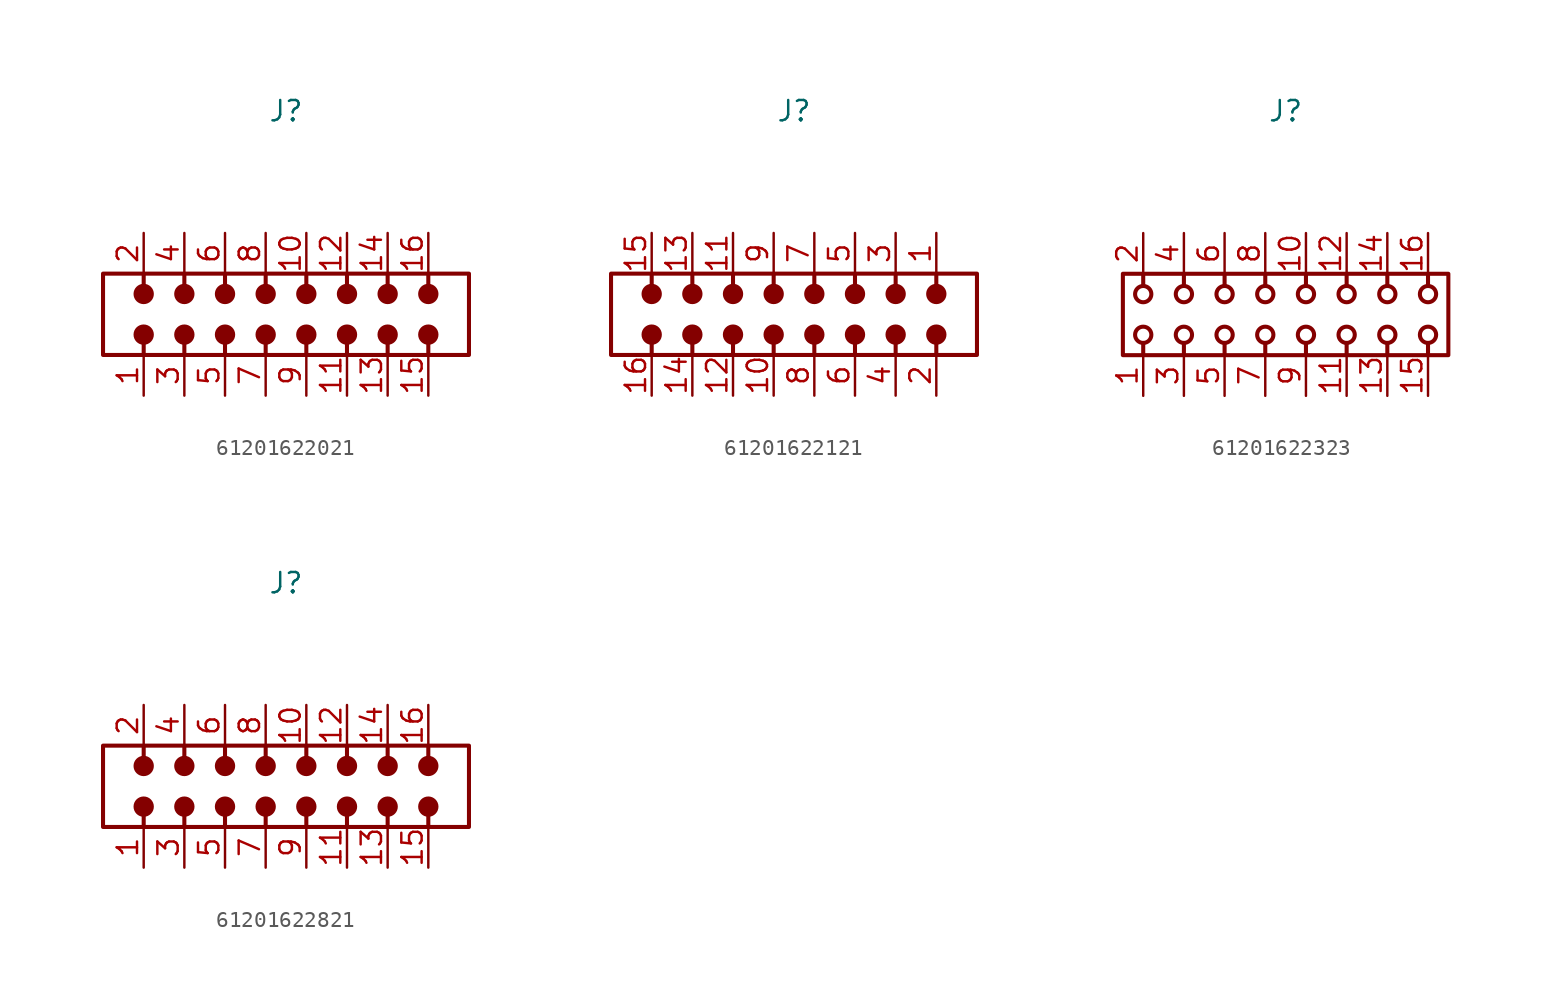
<source format=kicad_sym>
(kicad_symbol_lib
  (version 20241209)
  (generator "kicad_symbol_editor")
  (generator_version "9.0")
  (symbol "61201622021"
    (pin_names
      (hide yes))
    (property "Reference" "J"
      (at 0 12.7 0)
      (effects (font (size 1.27 1.27))))
    (symbol "61201622021_1_1"
      (rectangle (start -11.43 2.54) (end 11.43 -2.54) (stroke (width 0.254) (type solid)) (fill (type none)))
      (polyline (pts (xy -8.89 1.778) (xy -8.89 2.54)) (stroke (width 0.254) (type solid)) (fill (type none)))
      (circle (center -8.89 1.27) (radius 0.508) (stroke (width 0.254) (type solid)) (fill (type outline)))
      (circle (center -8.89 -1.27) (radius 0.508) (stroke (width 0.254) (type solid)) (fill (type outline)))
      (polyline (pts (xy -8.89 -1.778) (xy -8.89 -2.54)) (stroke (width 0.254) (type solid)) (fill (type none)))
      (polyline (pts (xy -6.35 1.778) (xy -6.35 2.54)) (stroke (width 0.254) (type solid)) (fill (type none)))
      (circle (center -6.35 1.27) (radius 0.508) (stroke (width 0.254) (type solid)) (fill (type outline)))
      (circle (center -6.35 -1.27) (radius 0.508) (stroke (width 0.254) (type solid)) (fill (type outline)))
      (polyline (pts (xy -6.35 -1.778) (xy -6.35 -2.54)) (stroke (width 0.254) (type solid)) (fill (type none)))
      (polyline (pts (xy -3.81 1.778) (xy -3.81 2.54)) (stroke (width 0.254) (type solid)) (fill (type none)))
      (circle (center -3.81 1.27) (radius 0.508) (stroke (width 0.254) (type solid)) (fill (type outline)))
      (circle (center -3.81 -1.27) (radius 0.508) (stroke (width 0.254) (type solid)) (fill (type outline)))
      (polyline (pts (xy -3.81 -1.778) (xy -3.81 -2.54)) (stroke (width 0.254) (type solid)) (fill (type none)))
      (polyline (pts (xy -1.27 1.778) (xy -1.27 2.54)) (stroke (width 0.254) (type solid)) (fill (type none)))
      (circle (center -1.27 1.27) (radius 0.508) (stroke (width 0.254) (type solid)) (fill (type outline)))
      (circle (center -1.27 -1.27) (radius 0.508) (stroke (width 0.254) (type solid)) (fill (type outline)))
      (polyline (pts (xy -1.27 -1.778) (xy -1.27 -2.54)) (stroke (width 0.254) (type solid)) (fill (type none)))
      (polyline (pts (xy 1.27 1.778) (xy 1.27 2.54)) (stroke (width 0.254) (type solid)) (fill (type none)))
      (circle (center 1.27 1.27) (radius 0.508) (stroke (width 0.254) (type solid)) (fill (type outline)))
      (circle (center 1.27 -1.27) (radius 0.508) (stroke (width 0.254) (type solid)) (fill (type outline)))
      (polyline (pts (xy 1.27 -1.778) (xy 1.27 -2.54)) (stroke (width 0.254) (type solid)) (fill (type none)))
      (polyline (pts (xy 3.81 1.778) (xy 3.81 2.54)) (stroke (width 0.254) (type solid)) (fill (type none)))
      (circle (center 3.81 1.27) (radius 0.508) (stroke (width 0.254) (type solid)) (fill (type outline)))
      (circle (center 3.81 -1.27) (radius 0.508) (stroke (width 0.254) (type solid)) (fill (type outline)))
      (polyline (pts (xy 3.81 -1.778) (xy 3.81 -2.54)) (stroke (width 0.254) (type solid)) (fill (type none)))
      (polyline (pts (xy 6.35 1.778) (xy 6.35 2.54)) (stroke (width 0.254) (type solid)) (fill (type none)))
      (circle (center 6.35 1.27) (radius 0.508) (stroke (width 0.254) (type solid)) (fill (type outline)))
      (circle (center 6.35 -1.27) (radius 0.508) (stroke (width 0.254) (type solid)) (fill (type outline)))
      (polyline (pts (xy 6.35 -1.778) (xy 6.35 -2.54)) (stroke (width 0.254) (type solid)) (fill (type none)))
      (polyline (pts (xy 8.89 1.778) (xy 8.89 2.54)) (stroke (width 0.254) (type solid)) (fill (type none)))
      (circle (center 8.89 1.27) (radius 0.508) (stroke (width 0.254) (type solid)) (fill (type outline)))
      (circle (center 8.89 -1.27) (radius 0.508) (stroke (width 0.254) (type solid)) (fill (type outline)))
      (polyline (pts (xy 8.89 -1.778) (xy 8.89 -2.54)) (stroke (width 0.254) (type solid)) (fill (type none)))
      (pin passive line (at -8.89 5.08 270) (length 2.54) (name "2" (effects (font (size 1.27 1.27)))) (number "2" (effects (font (size 1.27 1.27)))))
      (pin passive line (at -8.89 -5.08 90) (length 2.54) (name "1" (effects (font (size 1.27 1.27)))) (number "1" (effects (font (size 1.27 1.27)))))
      (pin passive line (at -6.35 5.08 270) (length 2.54) (name "4" (effects (font (size 1.27 1.27)))) (number "4" (effects (font (size 1.27 1.27)))))
      (pin passive line (at -6.35 -5.08 90) (length 2.54) (name "3" (effects (font (size 1.27 1.27)))) (number "3" (effects (font (size 1.27 1.27)))))
      (pin passive line (at -3.81 5.08 270) (length 2.54) (name "6" (effects (font (size 1.27 1.27)))) (number "6" (effects (font (size 1.27 1.27)))))
      (pin passive line (at -3.81 -5.08 90) (length 2.54) (name "5" (effects (font (size 1.27 1.27)))) (number "5" (effects (font (size 1.27 1.27)))))
      (pin passive line (at -1.27 5.08 270) (length 2.54) (name "8" (effects (font (size 1.27 1.27)))) (number "8" (effects (font (size 1.27 1.27)))))
      (pin passive line (at -1.27 -5.08 90) (length 2.54) (name "7" (effects (font (size 1.27 1.27)))) (number "7" (effects (font (size 1.27 1.27)))))
      (pin passive line (at 1.27 5.08 270) (length 2.54) (name "10" (effects (font (size 1.27 1.27)))) (number "10" (effects (font (size 1.27 1.27)))))
      (pin passive line (at 1.27 -5.08 90) (length 2.54) (name "9" (effects (font (size 1.27 1.27)))) (number "9" (effects (font (size 1.27 1.27)))))
      (pin passive line (at 3.81 5.08 270) (length 2.54) (name "12" (effects (font (size 1.27 1.27)))) (number "12" (effects (font (size 1.27 1.27)))))
      (pin passive line (at 3.81 -5.08 90) (length 2.54) (name "11" (effects (font (size 1.27 1.27)))) (number "11" (effects (font (size 1.27 1.27)))))
      (pin passive line (at 6.35 5.08 270) (length 2.54) (name "14" (effects (font (size 1.27 1.27)))) (number "14" (effects (font (size 1.27 1.27)))))
      (pin passive line (at 6.35 -5.08 90) (length 2.54) (name "13" (effects (font (size 1.27 1.27)))) (number "13" (effects (font (size 1.27 1.27)))))
      (pin passive line (at 8.89 5.08 270) (length 2.54) (name "16" (effects (font (size 1.27 1.27)))) (number "16" (effects (font (size 1.27 1.27)))))
      (pin passive line (at 8.89 -5.08 90) (length 2.54) (name "15" (effects (font (size 1.27 1.27)))) (number "15" (effects (font (size 1.27 1.27)))))))
  (symbol "61201622121"
    (pin_names
      (hide yes))
    (property "Reference" "J"
      (at 0 12.7 0)
      (effects (font (size 1.27 1.27))))
    (symbol "61201622121_1_1"
      (rectangle (start -11.43 2.54) (end 11.43 -2.54) (stroke (width 0.254) (type solid)) (fill (type none)))
      (polyline (pts (xy -8.89 1.778) (xy -8.89 2.54)) (stroke (width 0.254) (type solid)) (fill (type none)))
      (circle (center -8.89 1.27) (radius 0.508) (stroke (width 0.254) (type solid)) (fill (type outline)))
      (circle (center -8.89 -1.27) (radius 0.508) (stroke (width 0.254) (type solid)) (fill (type outline)))
      (polyline (pts (xy -8.89 -1.778) (xy -8.89 -2.54)) (stroke (width 0.254) (type solid)) (fill (type none)))
      (polyline (pts (xy -6.35 1.778) (xy -6.35 2.54)) (stroke (width 0.254) (type solid)) (fill (type none)))
      (circle (center -6.35 1.27) (radius 0.508) (stroke (width 0.254) (type solid)) (fill (type outline)))
      (circle (center -6.35 -1.27) (radius 0.508) (stroke (width 0.254) (type solid)) (fill (type outline)))
      (polyline (pts (xy -6.35 -1.778) (xy -6.35 -2.54)) (stroke (width 0.254) (type solid)) (fill (type none)))
      (polyline (pts (xy -3.81 1.778) (xy -3.81 2.54)) (stroke (width 0.254) (type solid)) (fill (type none)))
      (circle (center -3.81 1.27) (radius 0.508) (stroke (width 0.254) (type solid)) (fill (type outline)))
      (circle (center -3.81 -1.27) (radius 0.508) (stroke (width 0.254) (type solid)) (fill (type outline)))
      (polyline (pts (xy -3.81 -1.778) (xy -3.81 -2.54)) (stroke (width 0.254) (type solid)) (fill (type none)))
      (polyline (pts (xy -1.27 1.778) (xy -1.27 2.54)) (stroke (width 0.254) (type solid)) (fill (type none)))
      (circle (center -1.27 1.27) (radius 0.508) (stroke (width 0.254) (type solid)) (fill (type outline)))
      (circle (center -1.27 -1.27) (radius 0.508) (stroke (width 0.254) (type solid)) (fill (type outline)))
      (polyline (pts (xy -1.27 -1.778) (xy -1.27 -2.54)) (stroke (width 0.254) (type solid)) (fill (type none)))
      (polyline (pts (xy 1.27 1.778) (xy 1.27 2.54)) (stroke (width 0.254) (type solid)) (fill (type none)))
      (circle (center 1.27 1.27) (radius 0.508) (stroke (width 0.254) (type solid)) (fill (type outline)))
      (circle (center 1.27 -1.27) (radius 0.508) (stroke (width 0.254) (type solid)) (fill (type outline)))
      (polyline (pts (xy 1.27 -1.778) (xy 1.27 -2.54)) (stroke (width 0.254) (type solid)) (fill (type none)))
      (polyline (pts (xy 3.81 1.778) (xy 3.81 2.54)) (stroke (width 0.254) (type solid)) (fill (type none)))
      (circle (center 3.81 1.27) (radius 0.508) (stroke (width 0.254) (type solid)) (fill (type outline)))
      (circle (center 3.81 -1.27) (radius 0.508) (stroke (width 0.254) (type solid)) (fill (type outline)))
      (polyline (pts (xy 3.81 -1.778) (xy 3.81 -2.54)) (stroke (width 0.254) (type solid)) (fill (type none)))
      (polyline (pts (xy 6.35 1.778) (xy 6.35 2.54)) (stroke (width 0.254) (type solid)) (fill (type none)))
      (circle (center 6.35 1.27) (radius 0.508) (stroke (width 0.254) (type solid)) (fill (type outline)))
      (circle (center 6.35 -1.27) (radius 0.508) (stroke (width 0.254) (type solid)) (fill (type outline)))
      (polyline (pts (xy 6.35 -1.778) (xy 6.35 -2.54)) (stroke (width 0.254) (type solid)) (fill (type none)))
      (polyline (pts (xy 8.89 1.778) (xy 8.89 2.54)) (stroke (width 0.254) (type solid)) (fill (type none)))
      (circle (center 8.89 1.27) (radius 0.508) (stroke (width 0.254) (type solid)) (fill (type outline)))
      (circle (center 8.89 -1.27) (radius 0.508) (stroke (width 0.254) (type solid)) (fill (type outline)))
      (polyline (pts (xy 8.89 -1.778) (xy 8.89 -2.54)) (stroke (width 0.254) (type solid)) (fill (type none)))
      (pin passive line (at -8.89 5.08 270) (length 2.54) (name "15" (effects (font (size 1.27 1.27)))) (number "15" (effects (font (size 1.27 1.27)))))
      (pin passive line (at -8.89 -5.08 90) (length 2.54) (name "16" (effects (font (size 1.27 1.27)))) (number "16" (effects (font (size 1.27 1.27)))))
      (pin passive line (at -6.35 5.08 270) (length 2.54) (name "13" (effects (font (size 1.27 1.27)))) (number "13" (effects (font (size 1.27 1.27)))))
      (pin passive line (at -6.35 -5.08 90) (length 2.54) (name "14" (effects (font (size 1.27 1.27)))) (number "14" (effects (font (size 1.27 1.27)))))
      (pin passive line (at -3.81 5.08 270) (length 2.54) (name "11" (effects (font (size 1.27 1.27)))) (number "11" (effects (font (size 1.27 1.27)))))
      (pin passive line (at -3.81 -5.08 90) (length 2.54) (name "12" (effects (font (size 1.27 1.27)))) (number "12" (effects (font (size 1.27 1.27)))))
      (pin passive line (at -1.27 5.08 270) (length 2.54) (name "9" (effects (font (size 1.27 1.27)))) (number "9" (effects (font (size 1.27 1.27)))))
      (pin passive line (at -1.27 -5.08 90) (length 2.54) (name "10" (effects (font (size 1.27 1.27)))) (number "10" (effects (font (size 1.27 1.27)))))
      (pin passive line (at 1.27 5.08 270) (length 2.54) (name "7" (effects (font (size 1.27 1.27)))) (number "7" (effects (font (size 1.27 1.27)))))
      (pin passive line (at 1.27 -5.08 90) (length 2.54) (name "8" (effects (font (size 1.27 1.27)))) (number "8" (effects (font (size 1.27 1.27)))))
      (pin passive line (at 3.81 5.08 270) (length 2.54) (name "5" (effects (font (size 1.27 1.27)))) (number "5" (effects (font (size 1.27 1.27)))))
      (pin passive line (at 3.81 -5.08 90) (length 2.54) (name "6" (effects (font (size 1.27 1.27)))) (number "6" (effects (font (size 1.27 1.27)))))
      (pin passive line (at 6.35 5.08 270) (length 2.54) (name "3" (effects (font (size 1.27 1.27)))) (number "3" (effects (font (size 1.27 1.27)))))
      (pin passive line (at 6.35 -5.08 90) (length 2.54) (name "4" (effects (font (size 1.27 1.27)))) (number "4" (effects (font (size 1.27 1.27)))))
      (pin passive line (at 8.89 5.08 270) (length 2.54) (name "1" (effects (font (size 1.27 1.27)))) (number "1" (effects (font (size 1.27 1.27)))))
      (pin passive line (at 8.89 -5.08 90) (length 2.54) (name "2" (effects (font (size 1.27 1.27)))) (number "2" (effects (font (size 1.27 1.27)))))))
  (symbol "61201622323"
    (pin_names
      (hide yes))
    (property "Reference" "J"
      (at 0 12.7 0)
      (effects (font (size 1.27 1.27))))
    (symbol "61201622323_1_1"
      (rectangle (start -10.16 2.54) (end 10.16 -2.54) (stroke (width 0.254) (type solid)) (fill (type none)))
      (polyline (pts (xy -8.89 1.778) (xy -8.89 2.54)) (stroke (width 0.254) (type solid)) (fill (type none)))
      (circle (center -8.89 1.27) (radius 0.508) (stroke (width 0.254) (type solid)) (fill (type none)))
      (circle (center -8.89 -1.27) (radius 0.508) (stroke (width 0.254) (type solid)) (fill (type none)))
      (polyline (pts (xy -8.89 -1.778) (xy -8.89 -2.54)) (stroke (width 0.254) (type solid)) (fill (type none)))
      (polyline (pts (xy -6.35 1.778) (xy -6.35 2.54)) (stroke (width 0.254) (type solid)) (fill (type none)))
      (circle (center -6.35 1.27) (radius 0.508) (stroke (width 0.254) (type solid)) (fill (type none)))
      (circle (center -6.35 -1.27) (radius 0.508) (stroke (width 0.254) (type solid)) (fill (type none)))
      (polyline (pts (xy -6.35 -1.778) (xy -6.35 -2.54)) (stroke (width 0.254) (type solid)) (fill (type none)))
      (polyline (pts (xy -3.81 1.778) (xy -3.81 2.54)) (stroke (width 0.254) (type solid)) (fill (type none)))
      (circle (center -3.81 1.27) (radius 0.508) (stroke (width 0.254) (type solid)) (fill (type none)))
      (circle (center -3.81 -1.27) (radius 0.508) (stroke (width 0.254) (type solid)) (fill (type none)))
      (polyline (pts (xy -3.81 -1.778) (xy -3.81 -2.54)) (stroke (width 0.254) (type solid)) (fill (type none)))
      (polyline (pts (xy -1.27 1.778) (xy -1.27 2.54)) (stroke (width 0.254) (type solid)) (fill (type none)))
      (circle (center -1.27 1.27) (radius 0.508) (stroke (width 0.254) (type solid)) (fill (type none)))
      (circle (center -1.27 -1.27) (radius 0.508) (stroke (width 0.254) (type solid)) (fill (type none)))
      (polyline (pts (xy -1.27 -1.778) (xy -1.27 -2.54)) (stroke (width 0.254) (type solid)) (fill (type none)))
      (polyline (pts (xy 1.27 1.778) (xy 1.27 2.54)) (stroke (width 0.254) (type solid)) (fill (type none)))
      (circle (center 1.27 1.27) (radius 0.508) (stroke (width 0.254) (type solid)) (fill (type none)))
      (circle (center 1.27 -1.27) (radius 0.508) (stroke (width 0.254) (type solid)) (fill (type none)))
      (polyline (pts (xy 1.27 -1.778) (xy 1.27 -2.54)) (stroke (width 0.254) (type solid)) (fill (type none)))
      (polyline (pts (xy 3.81 1.778) (xy 3.81 2.54)) (stroke (width 0.254) (type solid)) (fill (type none)))
      (circle (center 3.81 1.27) (radius 0.508) (stroke (width 0.254) (type solid)) (fill (type none)))
      (circle (center 3.81 -1.27) (radius 0.508) (stroke (width 0.254) (type solid)) (fill (type none)))
      (polyline (pts (xy 3.81 -1.778) (xy 3.81 -2.54)) (stroke (width 0.254) (type solid)) (fill (type none)))
      (polyline (pts (xy 6.35 1.778) (xy 6.35 2.54)) (stroke (width 0.254) (type solid)) (fill (type none)))
      (circle (center 6.35 1.27) (radius 0.508) (stroke (width 0.254) (type solid)) (fill (type none)))
      (circle (center 6.35 -1.27) (radius 0.508) (stroke (width 0.254) (type solid)) (fill (type none)))
      (polyline (pts (xy 6.35 -1.778) (xy 6.35 -2.54)) (stroke (width 0.254) (type solid)) (fill (type none)))
      (polyline (pts (xy 8.89 1.778) (xy 8.89 2.54)) (stroke (width 0.254) (type solid)) (fill (type none)))
      (circle (center 8.89 1.27) (radius 0.508) (stroke (width 0.254) (type solid)) (fill (type none)))
      (circle (center 8.89 -1.27) (radius 0.508) (stroke (width 0.254) (type solid)) (fill (type none)))
      (polyline (pts (xy 8.89 -1.778) (xy 8.89 -2.54)) (stroke (width 0.254) (type solid)) (fill (type none)))
      (pin passive line (at -8.89 5.08 270) (length 2.54) (name "2" (effects (font (size 1.27 1.27)))) (number "2" (effects (font (size 1.27 1.27)))))
      (pin passive line (at -8.89 -5.08 90) (length 2.54) (name "1" (effects (font (size 1.27 1.27)))) (number "1" (effects (font (size 1.27 1.27)))))
      (pin passive line (at -6.35 5.08 270) (length 2.54) (name "4" (effects (font (size 1.27 1.27)))) (number "4" (effects (font (size 1.27 1.27)))))
      (pin passive line (at -6.35 -5.08 90) (length 2.54) (name "3" (effects (font (size 1.27 1.27)))) (number "3" (effects (font (size 1.27 1.27)))))
      (pin passive line (at -3.81 5.08 270) (length 2.54) (name "6" (effects (font (size 1.27 1.27)))) (number "6" (effects (font (size 1.27 1.27)))))
      (pin passive line (at -3.81 -5.08 90) (length 2.54) (name "5" (effects (font (size 1.27 1.27)))) (number "5" (effects (font (size 1.27 1.27)))))
      (pin passive line (at -1.27 5.08 270) (length 2.54) (name "8" (effects (font (size 1.27 1.27)))) (number "8" (effects (font (size 1.27 1.27)))))
      (pin passive line (at -1.27 -5.08 90) (length 2.54) (name "7" (effects (font (size 1.27 1.27)))) (number "7" (effects (font (size 1.27 1.27)))))
      (pin passive line (at 1.27 5.08 270) (length 2.54) (name "10" (effects (font (size 1.27 1.27)))) (number "10" (effects (font (size 1.27 1.27)))))
      (pin passive line (at 1.27 -5.08 90) (length 2.54) (name "9" (effects (font (size 1.27 1.27)))) (number "9" (effects (font (size 1.27 1.27)))))
      (pin passive line (at 3.81 5.08 270) (length 2.54) (name "12" (effects (font (size 1.27 1.27)))) (number "12" (effects (font (size 1.27 1.27)))))
      (pin passive line (at 3.81 -5.08 90) (length 2.54) (name "11" (effects (font (size 1.27 1.27)))) (number "11" (effects (font (size 1.27 1.27)))))
      (pin passive line (at 6.35 5.08 270) (length 2.54) (name "14" (effects (font (size 1.27 1.27)))) (number "14" (effects (font (size 1.27 1.27)))))
      (pin passive line (at 6.35 -5.08 90) (length 2.54) (name "13" (effects (font (size 1.27 1.27)))) (number "13" (effects (font (size 1.27 1.27)))))
      (pin passive line (at 8.89 5.08 270) (length 2.54) (name "16" (effects (font (size 1.27 1.27)))) (number "16" (effects (font (size 1.27 1.27)))))
      (pin passive line (at 8.89 -5.08 90) (length 2.54) (name "15" (effects (font (size 1.27 1.27)))) (number "15" (effects (font (size 1.27 1.27)))))))
  (symbol "61201622821"
    (pin_names
      (hide yes))
    (property "Reference" "J"
      (at 0 12.7 0)
      (effects (font (size 1.27 1.27))))
    (symbol "61201622821_1_1"
      (rectangle (start -11.43 2.54) (end 11.43 -2.54) (stroke (width 0.254) (type solid)) (fill (type none)))
      (polyline (pts (xy -8.89 1.778) (xy -8.89 2.54)) (stroke (width 0.254) (type solid)) (fill (type none)))
      (circle (center -8.89 1.27) (radius 0.508) (stroke (width 0.254) (type solid)) (fill (type outline)))
      (circle (center -8.89 -1.27) (radius 0.508) (stroke (width 0.254) (type solid)) (fill (type outline)))
      (polyline (pts (xy -8.89 -1.778) (xy -8.89 -2.54)) (stroke (width 0.254) (type solid)) (fill (type none)))
      (polyline (pts (xy -6.35 1.778) (xy -6.35 2.54)) (stroke (width 0.254) (type solid)) (fill (type none)))
      (circle (center -6.35 1.27) (radius 0.508) (stroke (width 0.254) (type solid)) (fill (type outline)))
      (circle (center -6.35 -1.27) (radius 0.508) (stroke (width 0.254) (type solid)) (fill (type outline)))
      (polyline (pts (xy -6.35 -1.778) (xy -6.35 -2.54)) (stroke (width 0.254) (type solid)) (fill (type none)))
      (polyline (pts (xy -3.81 1.778) (xy -3.81 2.54)) (stroke (width 0.254) (type solid)) (fill (type none)))
      (circle (center -3.81 1.27) (radius 0.508) (stroke (width 0.254) (type solid)) (fill (type outline)))
      (circle (center -3.81 -1.27) (radius 0.508) (stroke (width 0.254) (type solid)) (fill (type outline)))
      (polyline (pts (xy -3.81 -1.778) (xy -3.81 -2.54)) (stroke (width 0.254) (type solid)) (fill (type none)))
      (polyline (pts (xy -1.27 1.778) (xy -1.27 2.54)) (stroke (width 0.254) (type solid)) (fill (type none)))
      (circle (center -1.27 1.27) (radius 0.508) (stroke (width 0.254) (type solid)) (fill (type outline)))
      (circle (center -1.27 -1.27) (radius 0.508) (stroke (width 0.254) (type solid)) (fill (type outline)))
      (polyline (pts (xy -1.27 -1.778) (xy -1.27 -2.54)) (stroke (width 0.254) (type solid)) (fill (type none)))
      (polyline (pts (xy 1.27 1.778) (xy 1.27 2.54)) (stroke (width 0.254) (type solid)) (fill (type none)))
      (circle (center 1.27 1.27) (radius 0.508) (stroke (width 0.254) (type solid)) (fill (type outline)))
      (circle (center 1.27 -1.27) (radius 0.508) (stroke (width 0.254) (type solid)) (fill (type outline)))
      (polyline (pts (xy 1.27 -1.778) (xy 1.27 -2.54)) (stroke (width 0.254) (type solid)) (fill (type none)))
      (polyline (pts (xy 3.81 1.778) (xy 3.81 2.54)) (stroke (width 0.254) (type solid)) (fill (type none)))
      (circle (center 3.81 1.27) (radius 0.508) (stroke (width 0.254) (type solid)) (fill (type outline)))
      (circle (center 3.81 -1.27) (radius 0.508) (stroke (width 0.254) (type solid)) (fill (type outline)))
      (polyline (pts (xy 3.81 -1.778) (xy 3.81 -2.54)) (stroke (width 0.254) (type solid)) (fill (type none)))
      (polyline (pts (xy 6.35 1.778) (xy 6.35 2.54)) (stroke (width 0.254) (type solid)) (fill (type none)))
      (circle (center 6.35 1.27) (radius 0.508) (stroke (width 0.254) (type solid)) (fill (type outline)))
      (circle (center 6.35 -1.27) (radius 0.508) (stroke (width 0.254) (type solid)) (fill (type outline)))
      (polyline (pts (xy 6.35 -1.778) (xy 6.35 -2.54)) (stroke (width 0.254) (type solid)) (fill (type none)))
      (polyline (pts (xy 8.89 1.778) (xy 8.89 2.54)) (stroke (width 0.254) (type solid)) (fill (type none)))
      (circle (center 8.89 1.27) (radius 0.508) (stroke (width 0.254) (type solid)) (fill (type outline)))
      (circle (center 8.89 -1.27) (radius 0.508) (stroke (width 0.254) (type solid)) (fill (type outline)))
      (polyline (pts (xy 8.89 -1.778) (xy 8.89 -2.54)) (stroke (width 0.254) (type solid)) (fill (type none)))
      (pin passive line (at -8.89 5.08 270) (length 2.54) (name "2" (effects (font (size 1.27 1.27)))) (number "2" (effects (font (size 1.27 1.27)))))
      (pin passive line (at -8.89 -5.08 90) (length 2.54) (name "1" (effects (font (size 1.27 1.27)))) (number "1" (effects (font (size 1.27 1.27)))))
      (pin passive line (at -6.35 5.08 270) (length 2.54) (name "4" (effects (font (size 1.27 1.27)))) (number "4" (effects (font (size 1.27 1.27)))))
      (pin passive line (at -6.35 -5.08 90) (length 2.54) (name "3" (effects (font (size 1.27 1.27)))) (number "3" (effects (font (size 1.27 1.27)))))
      (pin passive line (at -3.81 5.08 270) (length 2.54) (name "6" (effects (font (size 1.27 1.27)))) (number "6" (effects (font (size 1.27 1.27)))))
      (pin passive line (at -3.81 -5.08 90) (length 2.54) (name "5" (effects (font (size 1.27 1.27)))) (number "5" (effects (font (size 1.27 1.27)))))
      (pin passive line (at -1.27 5.08 270) (length 2.54) (name "8" (effects (font (size 1.27 1.27)))) (number "8" (effects (font (size 1.27 1.27)))))
      (pin passive line (at -1.27 -5.08 90) (length 2.54) (name "7" (effects (font (size 1.27 1.27)))) (number "7" (effects (font (size 1.27 1.27)))))
      (pin passive line (at 1.27 5.08 270) (length 2.54) (name "10" (effects (font (size 1.27 1.27)))) (number "10" (effects (font (size 1.27 1.27)))))
      (pin passive line (at 1.27 -5.08 90) (length 2.54) (name "9" (effects (font (size 1.27 1.27)))) (number "9" (effects (font (size 1.27 1.27)))))
      (pin passive line (at 3.81 5.08 270) (length 2.54) (name "12" (effects (font (size 1.27 1.27)))) (number "12" (effects (font (size 1.27 1.27)))))
      (pin passive line (at 3.81 -5.08 90) (length 2.54) (name "11" (effects (font (size 1.27 1.27)))) (number "11" (effects (font (size 1.27 1.27)))))
      (pin passive line (at 6.35 5.08 270) (length 2.54) (name "14" (effects (font (size 1.27 1.27)))) (number "14" (effects (font (size 1.27 1.27)))))
      (pin passive line (at 6.35 -5.08 90) (length 2.54) (name "13" (effects (font (size 1.27 1.27)))) (number "13" (effects (font (size 1.27 1.27)))))
      (pin passive line (at 8.89 5.08 270) (length 2.54) (name "16" (effects (font (size 1.27 1.27)))) (number "16" (effects (font (size 1.27 1.27)))))
      (pin passive line (at 8.89 -5.08 90) (length 2.54) (name "15" (effects (font (size 1.27 1.27)))) (number "15" (effects (font (size 1.27 1.27))))))))
</source>
